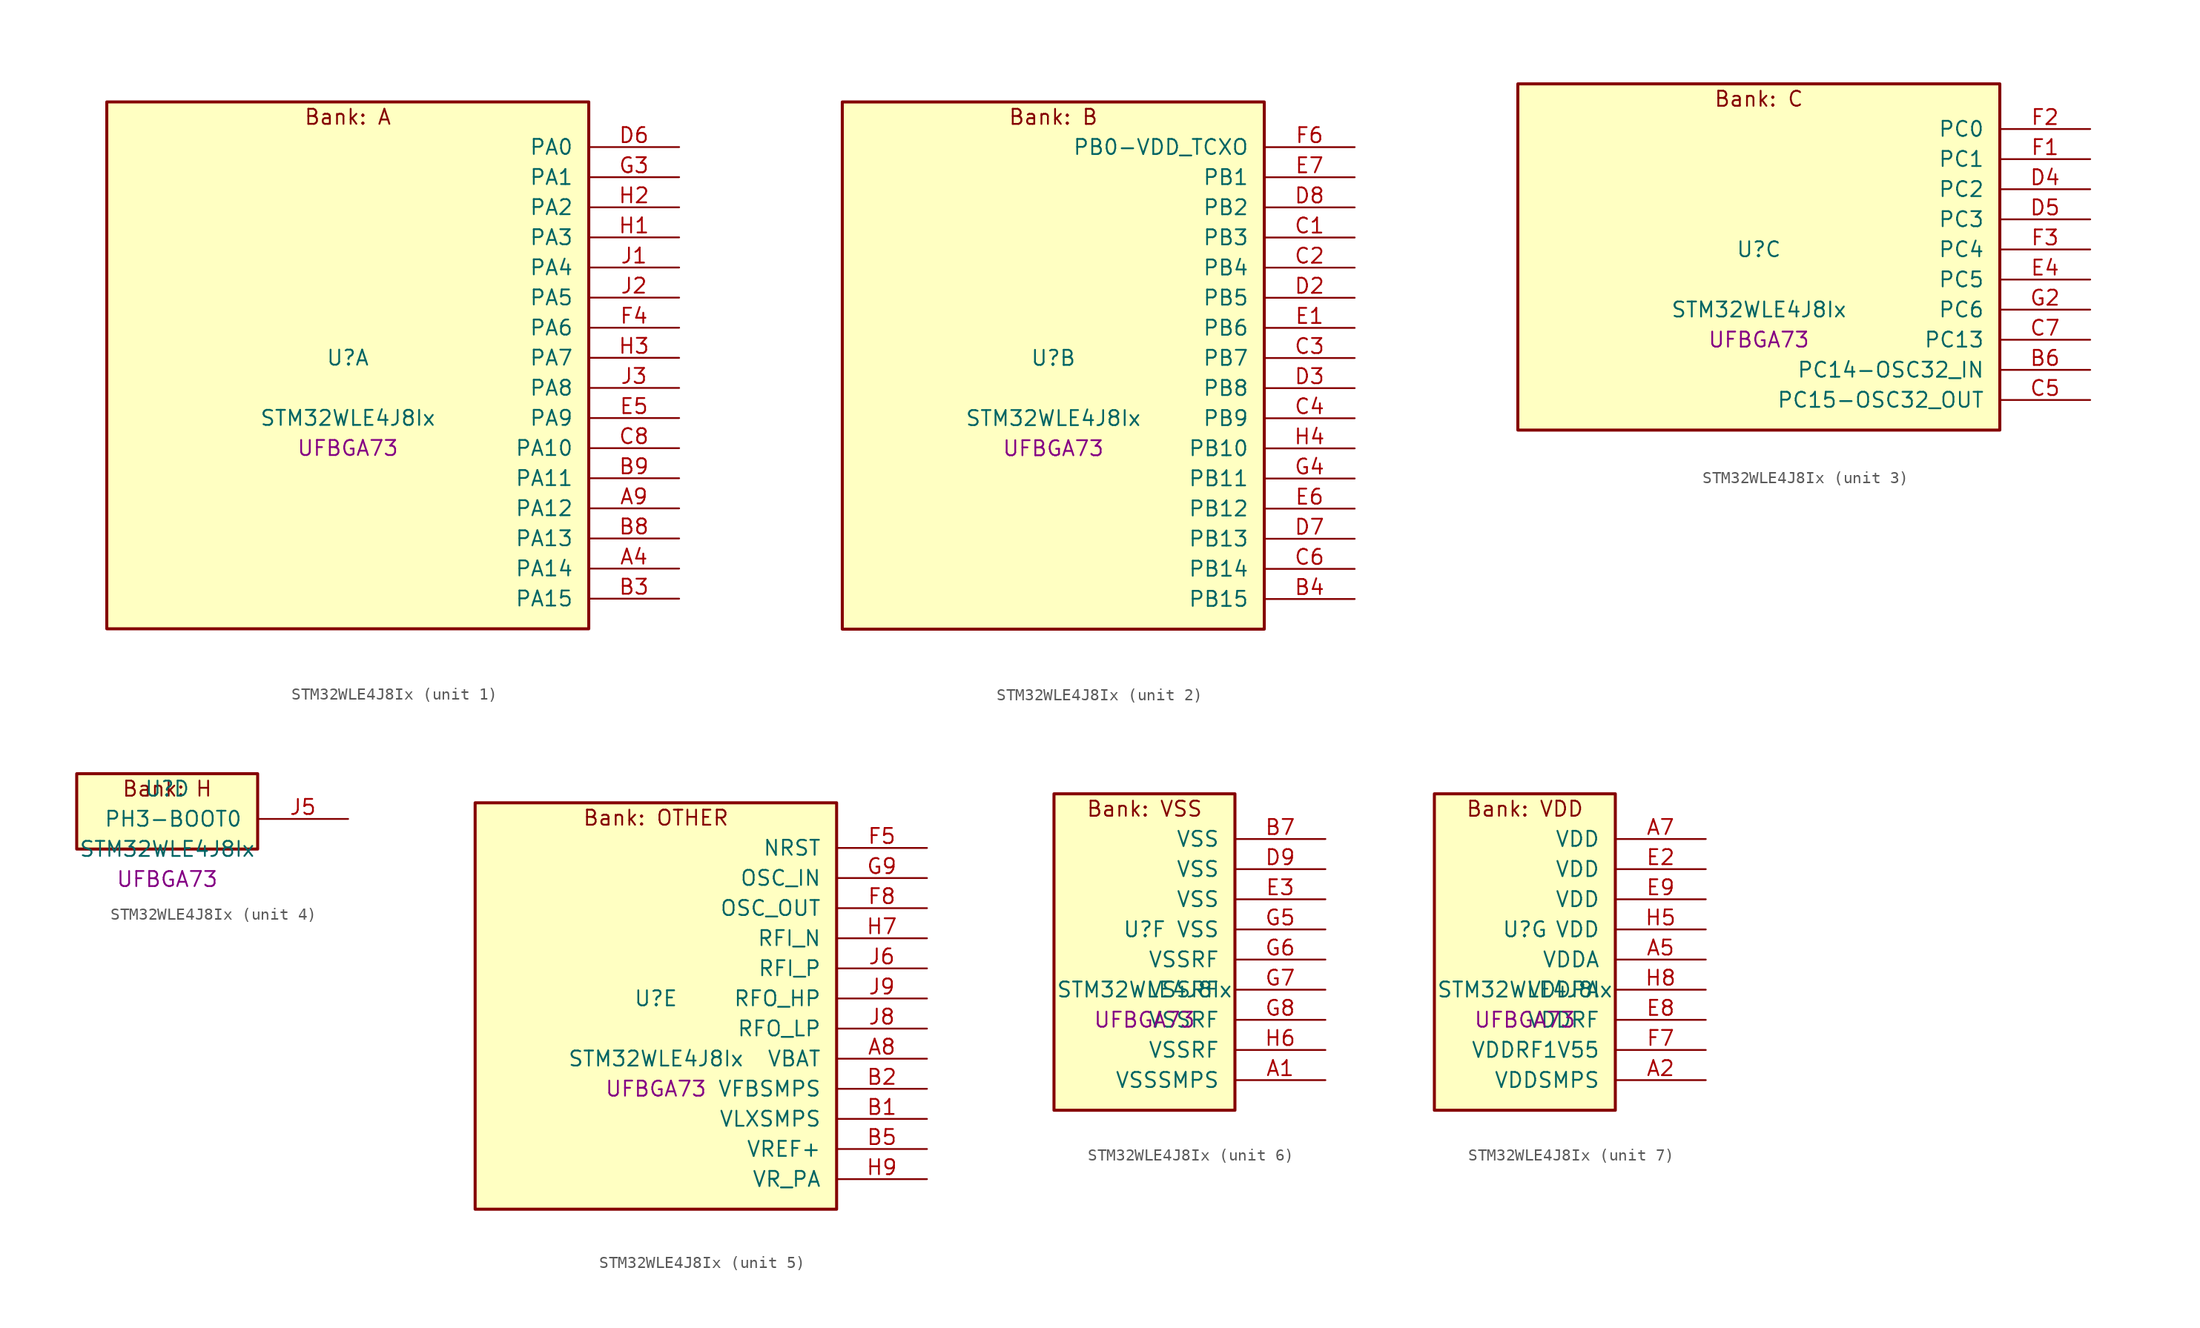
<source format=kicad_sym>
(kicad_symbol_lib
  (version 20241209)
  (generator "stm32_pkl_generator")
  (generator_version "1.0")
  (symbol "STM32WLE4J8Ix"
    (pin_names
      (offset 1.27))
    (property "Reference" "U"
      (at 0 2.54 0))
    (property "Value" "STM32WLE4J8Ix"
      (at 0 -2.54 0))
    (property "Footprint" "UFBGA73"
      (at 0 -5.08 0))
    (symbol "STM32WLE4J8Ix_1_1"
      (rectangle (start -20.32 24.13) (end 20.32 -20.32) (stroke (width 0.254) (type solid)) (fill (type background)))
      (text "Bank: A" (at 0 22.86 0))
      (pin bidirectional line (at 27.94 20.32 180) (length 7.62) (name "PA0") (number "D6") (alternate "PA0/COMP1_OUT" bidirectional line) (alternate "PA0/DEBUG_PWR-REGLP1S" bidirectional line) (alternate "PA0/I2C3_SMBA" bidirectional line) (alternate "PA0/I2S_CKIN" bidirectional line) (alternate "PA0/PWR_WKUP1" bidirectional line) (alternate "PA0/RTC_TAMP_IN2" bidirectional line) (alternate "PA0/TIM2_CH1" bidirectional line) (alternate "PA0/TIM2_ETR" bidirectional line) (alternate "PA0/USART2_CTS" bidirectional line) (alternate "PA0/USART2_NSS" bidirectional line))
      (pin bidirectional line (at 27.94 17.78 180) (length 7.62) (name "PA1") (number "G3") (alternate "PA1/DEBUG_PWR-REGLP2S" bidirectional line) (alternate "PA1/I2C1_SMBA" bidirectional line) (alternate "PA1/LPTIM3_OUT" bidirectional line) (alternate "PA1/LPUART1_RTS" bidirectional line) (alternate "PA1/SPI1_SCK" bidirectional line) (alternate "PA1/TIM2_CH2" bidirectional line) (alternate "PA1/USART2_DE" bidirectional line) (alternate "PA1/USART2_RTS" bidirectional line))
      (pin bidirectional line (at 27.94 15.24 180) (length 7.62) (name "PA2") (number "H2") (alternate "PA2/COMP2_OUT" bidirectional line) (alternate "PA2/DEBUG_PWR-LDORDY" bidirectional line) (alternate "PA2/LPUART1_TX" bidirectional line) (alternate "PA2/RCC_LSCO" bidirectional line) (alternate "PA2/TIM2_CH3" bidirectional line) (alternate "PA2/USART2_TX" bidirectional line))
      (pin bidirectional line (at 27.94 12.7 180) (length 7.62) (name "PA3") (number "H1") (alternate "PA3/I2S2_MCK" bidirectional line) (alternate "PA3/LPUART1_RX" bidirectional line) (alternate "PA3/TIM2_CH4" bidirectional line) (alternate "PA3/USART2_RX" bidirectional line))
      (pin bidirectional line (at 27.94 10.16 180) (length 7.62) (name "PA4") (number "J1") (alternate "PA4/DEBUG_SUBGHZSPI-NSSOUT" bidirectional line) (alternate "PA4/LPTIM1_OUT" bidirectional line) (alternate "PA4/LPTIM2_OUT" bidirectional line) (alternate "PA4/RTC_OUT2" bidirectional line) (alternate "PA4/SPI1_NSS" bidirectional line) (alternate "PA4/USART2_CK" bidirectional line))
      (pin bidirectional line (at 27.94 7.62 180) (length 7.62) (name "PA5") (number "J2") (alternate "PA5/DEBUG_SUBGHZSPI-SCKOUT" bidirectional line) (alternate "PA5/LPTIM2_ETR" bidirectional line) (alternate "PA5/SPI1_SCK" bidirectional line) (alternate "PA5/SPI2_MISO" bidirectional line) (alternate "PA5/TIM2_CH1" bidirectional line) (alternate "PA5/TIM2_ETR" bidirectional line))
      (pin bidirectional line (at 27.94 5.08 180) (length 7.62) (name "PA6") (number "F4") (alternate "PA6/DEBUG_SUBGHZSPI-MISOOUT" bidirectional line) (alternate "PA6/I2C2_SMBA" bidirectional line) (alternate "PA6/LPUART1_CTS" bidirectional line) (alternate "PA6/SPI1_MISO" bidirectional line) (alternate "PA6/TIM16_CH1" bidirectional line) (alternate "PA6/TIM1_BKIN" bidirectional line))
      (pin bidirectional line (at 27.94 2.54 180) (length 7.62) (name "PA7") (number "H3") (alternate "PA7/COMP2_OUT" bidirectional line) (alternate "PA7/DEBUG_SUBGHZSPI-MOSIOUT" bidirectional line) (alternate "PA7/I2C3_SCL" bidirectional line) (alternate "PA7/SPI1_MOSI" bidirectional line) (alternate "PA7/TIM17_CH1" bidirectional line) (alternate "PA7/TIM1_CH1N" bidirectional line))
      (pin bidirectional line (at 27.94 0 180) (length 7.62) (name "PA8") (number "J3") (alternate "PA8/I2S2_CK" bidirectional line) (alternate "PA8/LPTIM2_OUT" bidirectional line) (alternate "PA8/RCC_MCO" bidirectional line) (alternate "PA8/SPI2_SCK" bidirectional line) (alternate "PA8/TIM1_CH1" bidirectional line) (alternate "PA8/USART1_CK" bidirectional line))
      (pin bidirectional line (at 27.94 -2.54 180) (length 7.62) (name "PA9") (number "E5") (alternate "PA9/DAC_EXTI9" bidirectional line) (alternate "PA9/I2C1_SCL" bidirectional line) (alternate "PA9/I2S2_CK" bidirectional line) (alternate "PA9/I2S2_WS" bidirectional line) (alternate "PA9/SPI2_NSS" bidirectional line) (alternate "PA9/SPI2_SCK" bidirectional line) (alternate "PA9/TIM1_CH2" bidirectional line) (alternate "PA9/USART1_TX" bidirectional line))
      (pin bidirectional line (at 27.94 -5.08 180) (length 7.62) (name "PA10") (number "C8") (alternate "PA10/ADC_IN6" bidirectional line) (alternate "PA10/COMP1_INM" bidirectional line) (alternate "PA10/COMP2_INM" bidirectional line) (alternate "PA10/DAC_OUT1" bidirectional line) (alternate "PA10/DEBUG_RF-HSE32RDY" bidirectional line) (alternate "PA10/I2C1_SDA" bidirectional line) (alternate "PA10/I2S2_SD" bidirectional line) (alternate "PA10/RTC_REFIN" bidirectional line) (alternate "PA10/SPI2_MOSI" bidirectional line) (alternate "PA10/TIM17_BKIN" bidirectional line) (alternate "PA10/TIM1_CH3" bidirectional line) (alternate "PA10/USART1_RX" bidirectional line))
      (pin bidirectional line (at 27.94 -7.62 180) (length 7.62) (name "PA11") (number "B9") (alternate "PA11/ADC_EXTI11" bidirectional line) (alternate "PA11/ADC_IN7" bidirectional line) (alternate "PA11/COMP1_INM" bidirectional line) (alternate "PA11/COMP2_INM" bidirectional line) (alternate "PA11/DEBUG_RF-NRESET" bidirectional line) (alternate "PA11/I2C2_SDA" bidirectional line) (alternate "PA11/LPTIM3_ETR" bidirectional line) (alternate "PA11/SPI1_MISO" bidirectional line) (alternate "PA11/TIM1_BKIN2" bidirectional line) (alternate "PA11/TIM1_CH4" bidirectional line) (alternate "PA11/USART1_CTS" bidirectional line) (alternate "PA11/USART1_NSS" bidirectional line))
      (pin bidirectional line (at 27.94 -10.16 180) (length 7.62) (name "PA12") (number "A9") (alternate "PA12/ADC_IN8" bidirectional line) (alternate "PA12/DEBUG_RF-BUSY" bidirectional line) (alternate "PA12/I2C2_SCL" bidirectional line) (alternate "PA12/LPTIM3_IN1" bidirectional line) (alternate "PA12/SPI1_MOSI" bidirectional line) (alternate "PA12/TIM1_ETR" bidirectional line) (alternate "PA12/USART1_DE" bidirectional line) (alternate "PA12/USART1_RTS" bidirectional line))
      (pin bidirectional line (at 27.94 -12.7 180) (length 7.62) (name "PA13") (number "B8") (alternate "PA13/ADC_IN9" bidirectional line) (alternate "PA13/DEBUG_JTMS-SWDIO" bidirectional line) (alternate "PA13/I2C2_SMBA" bidirectional line) (alternate "PA13/IR_OUT" bidirectional line))
      (pin bidirectional line (at 27.94 -15.24 180) (length 7.62) (name "PA14") (number "A4") (alternate "PA14/ADC_IN10" bidirectional line) (alternate "PA14/DEBUG_JTCK-SWCLK" bidirectional line) (alternate "PA14/I2C1_SMBA" bidirectional line) (alternate "PA14/LPTIM1_OUT" bidirectional line))
      (pin bidirectional line (at 27.94 -17.78 180) (length 7.62) (name "PA15") (number "B3") (alternate "PA15/ADC_IN11" bidirectional line) (alternate "PA15/COMP1_INM" bidirectional line) (alternate "PA15/COMP2_INP" bidirectional line) (alternate "PA15/DEBUG_JTDI" bidirectional line) (alternate "PA15/I2C2_SDA" bidirectional line) (alternate "PA15/SPI1_NSS" bidirectional line) (alternate "PA15/TIM2_CH1" bidirectional line) (alternate "PA15/TIM2_ETR" bidirectional line)))
    (symbol "STM32WLE4J8Ix_2_1"
      (rectangle (start -17.78 24.13) (end 17.78 -20.32) (stroke (width 0.254) (type solid)) (fill (type background)))
      (text "Bank: B" (at 0 22.86 0))
      (pin bidirectional line (at 25.4 20.32 180) (length 7.62) (name "PB0-VDD_TCXO") (number "F6") (alternate "PB0-VDD_TCXO/COMP1_OUT" bidirectional line) (alternate "PB0-VDD_TCXO/VDDTCXO" bidirectional line))
      (pin bidirectional line (at 25.4 17.78 180) (length 7.62) (name "PB1") (number "E7") (alternate "PB1/ADC_IN5" bidirectional line) (alternate "PB1/COMP2_INP" bidirectional line) (alternate "PB1/LPTIM2_IN1" bidirectional line) (alternate "PB1/LPUART1_DE" bidirectional line) (alternate "PB1/LPUART1_RTS" bidirectional line))
      (pin bidirectional line (at 25.4 15.24 180) (length 7.62) (name "PB2") (number "D8") (alternate "PB2/ADC_IN4" bidirectional line) (alternate "PB2/COMP1_INP" bidirectional line) (alternate "PB2/COMP2_INM" bidirectional line) (alternate "PB2/DEBUG_RF-SMPSRDY" bidirectional line) (alternate "PB2/I2C3_SMBA" bidirectional line) (alternate "PB2/LPTIM1_OUT" bidirectional line) (alternate "PB2/SPI1_NSS" bidirectional line))
      (pin bidirectional line (at 25.4 12.7 180) (length 7.62) (name "PB3") (number "C1") (alternate "PB3/ADC_IN2" bidirectional line) (alternate "PB3/COMP1_INM" bidirectional line) (alternate "PB3/COMP2_INM" bidirectional line) (alternate "PB3/DEBUG_JTDO-SWO" bidirectional line) (alternate "PB3/DEBUG_RF-DTB1" bidirectional line) (alternate "PB3/PWR_WKUP3" bidirectional line) (alternate "PB3/RTC_TAMP_IN3" bidirectional line) (alternate "PB3/SPI1_SCK" bidirectional line) (alternate "PB3/TIM2_CH2" bidirectional line) (alternate "PB3/USART1_DE" bidirectional line) (alternate "PB3/USART1_RTS" bidirectional line))
      (pin bidirectional line (at 25.4 10.16 180) (length 7.62) (name "PB4") (number "C2") (alternate "PB4/ADC_IN3" bidirectional line) (alternate "PB4/COMP1_INP" bidirectional line) (alternate "PB4/COMP2_INP" bidirectional line) (alternate "PB4/DEBUG_JTRST" bidirectional line) (alternate "PB4/DEBUG_RF-LDORDY" bidirectional line) (alternate "PB4/I2C3_SDA" bidirectional line) (alternate "PB4/SPI1_MISO" bidirectional line) (alternate "PB4/TIM17_BKIN" bidirectional line) (alternate "PB4/USART1_CTS" bidirectional line) (alternate "PB4/USART1_NSS" bidirectional line))
      (pin bidirectional line (at 25.4 7.62 180) (length 7.62) (name "PB5") (number "D2") (alternate "PB5/COMP2_OUT" bidirectional line) (alternate "PB5/I2C1_SMBA" bidirectional line) (alternate "PB5/LPTIM1_IN1" bidirectional line) (alternate "PB5/SPI1_MOSI" bidirectional line) (alternate "PB5/TIM16_BKIN" bidirectional line) (alternate "PB5/USART1_CK" bidirectional line))
      (pin bidirectional line (at 25.4 5.08 180) (length 7.62) (name "PB6") (number "E1") (alternate "PB6/I2C1_SCL" bidirectional line) (alternate "PB6/LPTIM1_ETR" bidirectional line) (alternate "PB6/TIM16_CH1N" bidirectional line) (alternate "PB6/USART1_TX" bidirectional line))
      (pin bidirectional line (at 25.4 2.54 180) (length 7.62) (name "PB7") (number "C3") (alternate "PB7/I2C1_SDA" bidirectional line) (alternate "PB7/LPTIM1_IN2" bidirectional line) (alternate "PB7/PWR_PVD_IN" bidirectional line) (alternate "PB7/TIM17_CH1N" bidirectional line) (alternate "PB7/TIM1_BKIN" bidirectional line) (alternate "PB7/USART1_RX" bidirectional line))
      (pin bidirectional line (at 25.4 0 180) (length 7.62) (name "PB8") (number "D3") (alternate "PB8/I2C1_SCL" bidirectional line) (alternate "PB8/TIM16_CH1" bidirectional line) (alternate "PB8/TIM1_CH2N" bidirectional line))
      (pin bidirectional line (at 25.4 -2.54 180) (length 7.62) (name "PB9") (number "C4") (alternate "PB9/DAC_EXTI9" bidirectional line) (alternate "PB9/I2C1_SDA" bidirectional line) (alternate "PB9/I2S2_WS" bidirectional line) (alternate "PB9/IR_OUT" bidirectional line) (alternate "PB9/SPI2_NSS" bidirectional line) (alternate "PB9/TIM17_CH1" bidirectional line) (alternate "PB9/TIM1_CH3N" bidirectional line))
      (pin bidirectional line (at 25.4 -5.08 180) (length 7.62) (name "PB10") (number "H4") (alternate "PB10/COMP1_OUT" bidirectional line) (alternate "PB10/I2C3_SCL" bidirectional line) (alternate "PB10/I2S2_CK" bidirectional line) (alternate "PB10/LPUART1_RX" bidirectional line) (alternate "PB10/SPI2_SCK" bidirectional line) (alternate "PB10/TIM2_CH3" bidirectional line))
      (pin bidirectional line (at 25.4 -7.62 180) (length 7.62) (name "PB11") (number "G4") (alternate "PB11/ADC_EXTI11" bidirectional line) (alternate "PB11/COMP2_OUT" bidirectional line) (alternate "PB11/I2C3_SDA" bidirectional line) (alternate "PB11/LPUART1_TX" bidirectional line) (alternate "PB11/TIM2_CH4" bidirectional line))
      (pin bidirectional line (at 25.4 -10.16 180) (length 7.62) (name "PB12") (number "E6") (alternate "PB12/I2C3_SMBA" bidirectional line) (alternate "PB12/I2S2_WS" bidirectional line) (alternate "PB12/LPUART1_RTS" bidirectional line) (alternate "PB12/SPI2_NSS" bidirectional line) (alternate "PB12/TIM1_BKIN" bidirectional line))
      (pin bidirectional line (at 25.4 -12.7 180) (length 7.62) (name "PB13") (number "D7") (alternate "PB13/ADC_IN0" bidirectional line) (alternate "PB13/I2C3_SCL" bidirectional line) (alternate "PB13/I2S2_CK" bidirectional line) (alternate "PB13/LPUART1_CTS" bidirectional line) (alternate "PB13/SPI2_SCK" bidirectional line) (alternate "PB13/TIM1_CH1N" bidirectional line))
      (pin bidirectional line (at 25.4 -15.24 180) (length 7.62) (name "PB14") (number "C6") (alternate "PB14/ADC_IN1" bidirectional line) (alternate "PB14/I2C3_SDA" bidirectional line) (alternate "PB14/I2S2_MCK" bidirectional line) (alternate "PB14/SPI2_MISO" bidirectional line) (alternate "PB14/TIM1_CH2N" bidirectional line))
      (pin bidirectional line (at 25.4 -17.78 180) (length 7.62) (name "PB15") (number "B4") (alternate "PB15/I2C2_SCL" bidirectional line) (alternate "PB15/I2S2_SD" bidirectional line) (alternate "PB15/SPI2_MOSI" bidirectional line) (alternate "PB15/TIM1_CH3N" bidirectional line)))
    (symbol "STM32WLE4J8Ix_3_1"
      (rectangle (start -20.32 16.51) (end 20.32 -12.7) (stroke (width 0.254) (type solid)) (fill (type background)))
      (text "Bank: C" (at 0 15.24 0))
      (pin bidirectional line (at 27.94 12.7 180) (length 7.62) (name "PC0") (number "F2") (alternate "PC0/I2C3_SCL" bidirectional line) (alternate "PC0/LPTIM1_IN1" bidirectional line) (alternate "PC0/LPTIM2_IN1" bidirectional line) (alternate "PC0/LPUART1_RX" bidirectional line))
      (pin bidirectional line (at 27.94 10.16 180) (length 7.62) (name "PC1") (number "F1") (alternate "PC1/I2C3_SDA" bidirectional line) (alternate "PC1/I2S2_SD" bidirectional line) (alternate "PC1/LPTIM1_OUT" bidirectional line) (alternate "PC1/LPUART1_TX" bidirectional line) (alternate "PC1/SPI2_MOSI" bidirectional line))
      (pin bidirectional line (at 27.94 7.62 180) (length 7.62) (name "PC2") (number "D4") (alternate "PC2/LPTIM1_IN2" bidirectional line) (alternate "PC2/SPI2_MISO" bidirectional line))
      (pin bidirectional line (at 27.94 5.08 180) (length 7.62) (name "PC3") (number "D5") (alternate "PC3/I2S2_SD" bidirectional line) (alternate "PC3/LPTIM1_ETR" bidirectional line) (alternate "PC3/LPTIM2_ETR" bidirectional line) (alternate "PC3/SPI2_MOSI" bidirectional line))
      (pin bidirectional line (at 27.94 2.54 180) (length 7.62) (name "PC4") (number "F3"))
      (pin bidirectional line (at 27.94 0 180) (length 7.62) (name "PC5") (number "E4"))
      (pin bidirectional line (at 27.94 -2.54 180) (length 7.62) (name "PC6") (number "G2") (alternate "PC6/I2S2_MCK" bidirectional line))
      (pin bidirectional line (at 27.94 -5.08 180) (length 7.62) (name "PC13") (number "C7") (alternate "PC13/PWR_WKUP2" bidirectional line) (alternate "PC13/RTC_OUT1" bidirectional line) (alternate "PC13/RTC_TAMP_IN1" bidirectional line) (alternate "PC13/RTC_TS" bidirectional line))
      (pin bidirectional line (at 27.94 -7.62 180) (length 7.62) (name "PC14-OSC32_IN") (number "B6") (alternate "PC14-OSC32_IN/RCC_OSC32_IN" bidirectional line))
      (pin bidirectional line (at 27.94 -10.16 180) (length 7.62) (name "PC15-OSC32_OUT") (number "C5") (alternate "PC15-OSC32_OUT/RCC_OSC32_OUT" bidirectional line)))
    (symbol "STM32WLE4J8Ix_4_1"
      (rectangle (start -7.62 3.81) (end 7.62 -2.54) (stroke (width 0.254) (type solid)) (fill (type background)))
      (text "Bank: H" (at 0 2.54 0))
      (pin bidirectional line (at 15.24 0 180) (length 7.62) (name "PH3-BOOT0") (number "J5")))
    (symbol "STM32WLE4J8Ix_5_1"
      (rectangle (start -15.24 19.05) (end 15.24 -15.24) (stroke (width 0.254) (type solid)) (fill (type background)))
      (text "Bank: OTHER" (at 0 17.78 0))
      (pin input line (at 22.86 15.24 180) (length 7.62) (name "NRST") (number "F5"))
      (pin bidirectional line (at 22.86 12.7 180) (length 7.62) (name "OSC_IN") (number "G9") (alternate "OSC_IN/RCC_OSC_IN" bidirectional line))
      (pin bidirectional line (at 22.86 10.16 180) (length 7.62) (name "OSC_OUT") (number "F8") (alternate "OSC_OUT/RCC_OSC_OUT" bidirectional line))
      (pin bidirectional line (at 22.86 7.62 180) (length 7.62) (name "RFI_N") (number "H7"))
      (pin bidirectional line (at 22.86 5.08 180) (length 7.62) (name "RFI_P") (number "J6"))
      (pin bidirectional line (at 22.86 2.54 180) (length 7.62) (name "RFO_HP") (number "J9"))
      (pin bidirectional line (at 22.86 0 180) (length 7.62) (name "RFO_LP") (number "J8"))
      (pin power_in line (at 22.86 -2.54 180) (length 7.62) (name "VBAT") (number "A8"))
      (pin power_in line (at 22.86 -5.08 180) (length 7.62) (name "VFBSMPS") (number "B2"))
      (pin power_in line (at 22.86 -7.62 180) (length 7.62) (name "VLXSMPS") (number "B1"))
      (pin bidirectional line (at 22.86 -10.16 180) (length 7.62) (name "VREF+") (number "B5") (alternate "VREF+/VREFBUF_OUT" bidirectional line))
      (pin power_in line (at 22.86 -12.7 180) (length 7.62) (name "VR_PA") (number "H9")))
    (symbol "STM32WLE4J8Ix_6_1"
      (rectangle (start -7.62 13.97) (end 7.62 -12.7) (stroke (width 0.254) (type solid)) (fill (type background)))
      (text "Bank: VSS" (at 0 12.7 0))
      (pin power_in line (at 15.24 10.16 180) (length 7.62) (name "VSS") (number "B7"))
      (pin power_in line (at 15.24 7.62 180) (length 7.62) (name "VSS") (number "D9"))
      (pin power_in line (at 15.24 5.08 180) (length 7.62) (name "VSS") (number "E3"))
      (pin power_in line (at 15.24 2.54 180) (length 7.62) (name "VSS") (number "G5"))
      (pin power_in line (at 15.24 0 180) (length 7.62) (name "VSSRF") (number "G6"))
      (pin power_in line (at 15.24 -2.54 180) (length 7.62) (name "VSSRF") (number "G7"))
      (pin power_in line (at 15.24 -5.08 180) (length 7.62) (name "VSSRF") (number "G8"))
      (pin power_in line (at 15.24 -7.62 180) (length 7.62) (name "VSSRF") (number "H6"))
      (pin power_in line (at 15.24 -10.16 180) (length 7.62) (name "VSSSMPS") (number "A1")))
    (symbol "STM32WLE4J8Ix_7_1"
      (rectangle (start -7.62 13.97) (end 7.62 -12.7) (stroke (width 0.254) (type solid)) (fill (type background)))
      (text "Bank: VDD" (at 0 12.7 0))
      (pin power_in line (at 15.24 10.16 180) (length 7.62) (name "VDD") (number "A7"))
      (pin power_in line (at 15.24 7.62 180) (length 7.62) (name "VDD") (number "E2"))
      (pin power_in line (at 15.24 5.08 180) (length 7.62) (name "VDD") (number "E9"))
      (pin power_in line (at 15.24 2.54 180) (length 7.62) (name "VDD") (number "H5"))
      (pin power_in line (at 15.24 0 180) (length 7.62) (name "VDDA") (number "A5"))
      (pin power_in line (at 15.24 -2.54 180) (length 7.62) (name "VDDPA") (number "H8"))
      (pin power_in line (at 15.24 -5.08 180) (length 7.62) (name "VDDRF") (number "E8"))
      (pin power_in line (at 15.24 -7.62 180) (length 7.62) (name "VDDRF1V55") (number "F7"))
      (pin power_in line (at 15.24 -10.16 180) (length 7.62) (name "VDDSMPS") (number "A2")))))
</source>
